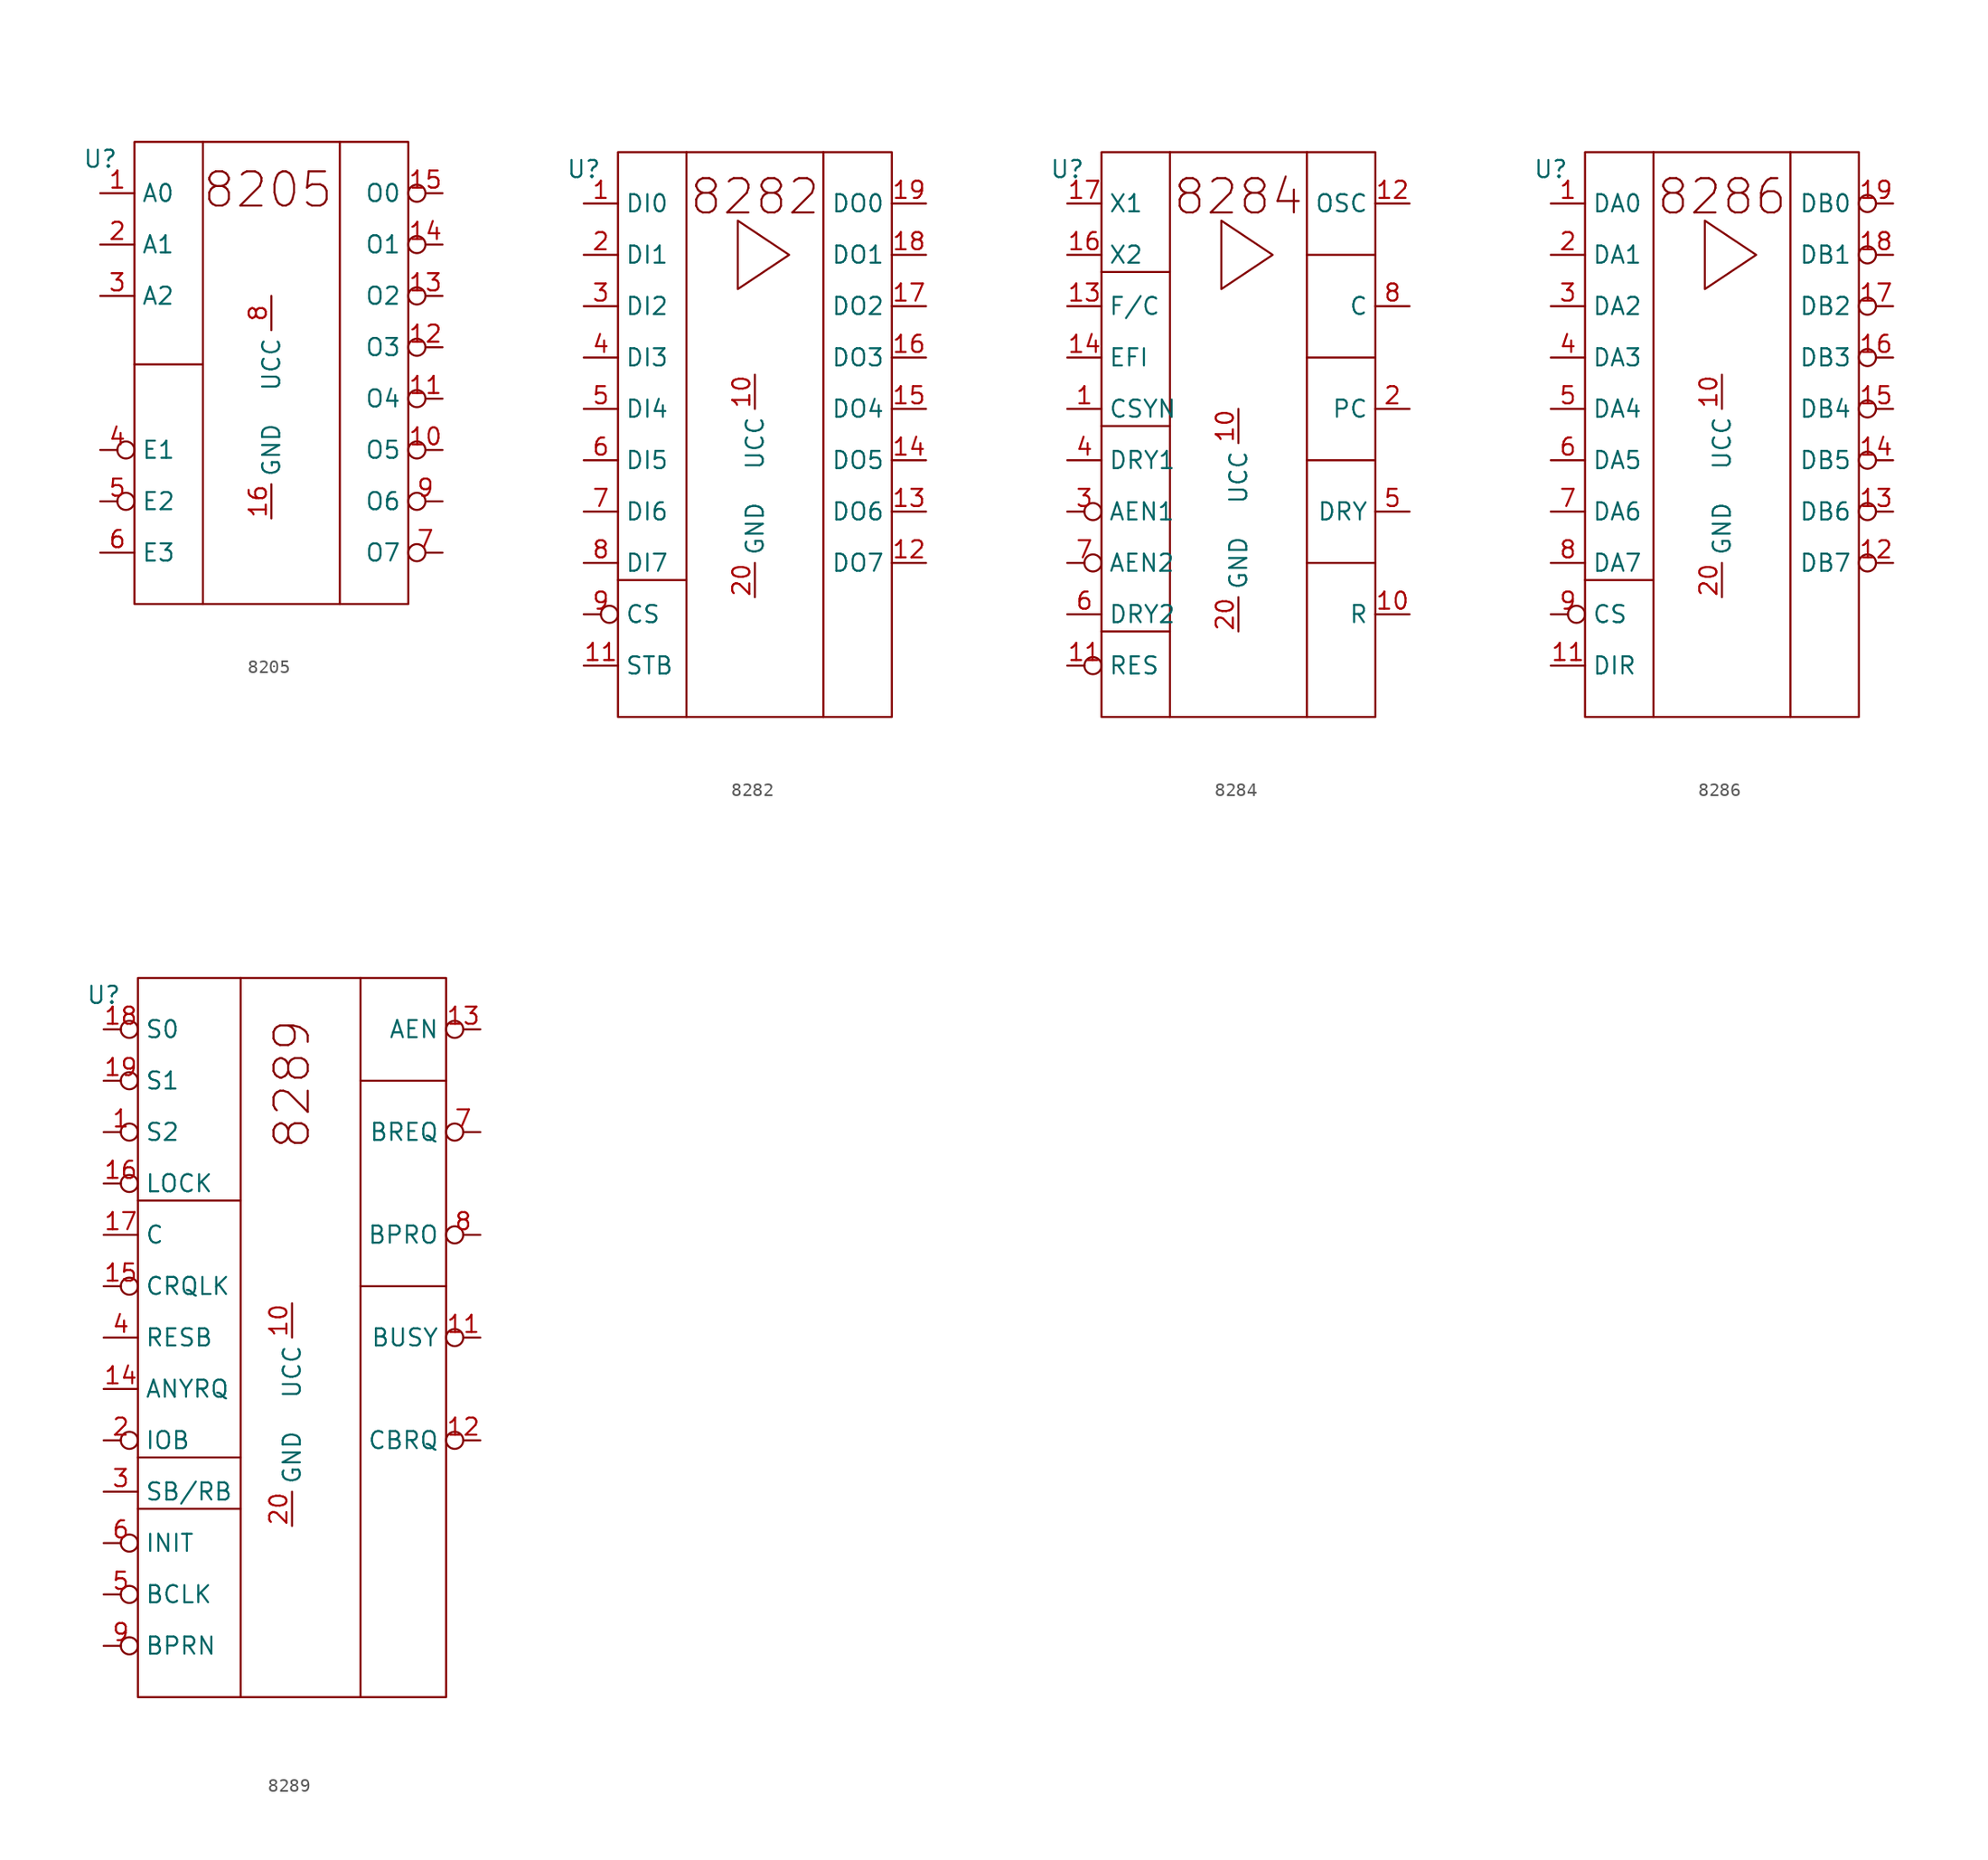
<source format=kicad_sym>
(kicad_symbol_lib
  (version 20231120)
  (generator "kicad_symbol_editor")
  (generator_version "8.0")
  (symbol "8205"
    (property "Reference" "U"
      (at 0 2.54 0)
      (effects (font (size 1.27 1.27))))
    (property "Value" ""
      (at 2.54 6.35 0)
      (effects (font (size 1.27 1.27))))
    (symbol "8205_0_1"
      (polyline (pts (xy 2.54 -12.7) (xy 7.62 -12.7)) (stroke (width 0) (type default)) (fill (type none)))
      (polyline (pts (xy 7.62 3.81) (xy 7.62 -30.48)) (stroke (width 0) (type default)) (fill (type none)))
      (polyline (pts (xy 17.78 3.81) (xy 17.78 -30.48)) (stroke (width 0) (type default)) (fill (type none)))
      (rectangle (start 2.54 3.81) (end 22.86 -30.48) (stroke (width 0) (type default)) (fill (type none))))
    (symbol "8205_1_1"
      (text "8205" (at 12.446 0.254 0) (effects (font (size 2.54 2.54))))
      (pin input line (at 0 0 0) (length 2.54) (name "A0" (effects (font (size 1.27 1.27)))) (number "1" (effects (font (size 1.27 1.27)))))
      (pin output inverted (at 25.4 -19.05 180) (length 2.54) (name "O5" (effects (font (size 1.27 1.27)))) (number "10" (effects (font (size 1.27 1.27)))))
      (pin output inverted (at 25.4 -15.24 180) (length 2.54) (name "O4" (effects (font (size 1.27 1.27)))) (number "11" (effects (font (size 1.27 1.27)))))
      (pin output inverted (at 25.4 -11.43 180) (length 2.54) (name "O3" (effects (font (size 1.27 1.27)))) (number "12" (effects (font (size 1.27 1.27)))))
      (pin output inverted (at 25.4 -7.62 180) (length 2.54) (name "O2" (effects (font (size 1.27 1.27)))) (number "13" (effects (font (size 1.27 1.27)))))
      (pin output inverted (at 25.4 -3.81 180) (length 2.54) (name "O1" (effects (font (size 1.27 1.27)))) (number "14" (effects (font (size 1.27 1.27)))))
      (pin output inverted (at 25.4 0 180) (length 2.54) (name "O0" (effects (font (size 1.27 1.27)))) (number "15" (effects (font (size 1.27 1.27)))))
      (pin power_in line (at 12.7 -24.13 90) (length 2.54) (name "GND" (effects (font (size 1.27 1.27)))) (number "16" (effects (font (size 1.27 1.27)))))
      (pin input line (at 0 -3.81 0) (length 2.54) (name "A1" (effects (font (size 1.27 1.27)))) (number "2" (effects (font (size 1.27 1.27)))))
      (pin input line (at 0 -7.62 0) (length 2.54) (name "A2" (effects (font (size 1.27 1.27)))) (number "3" (effects (font (size 1.27 1.27)))))
      (pin input inverted (at 0 -19.05 0) (length 2.54) (name "E1" (effects (font (size 1.27 1.27)))) (number "4" (effects (font (size 1.27 1.27)))))
      (pin input inverted (at 0 -22.86 0) (length 2.54) (name "E2" (effects (font (size 1.27 1.27)))) (number "5" (effects (font (size 1.27 1.27)))))
      (pin input line (at 0 -26.67 0) (length 2.54) (name "E3" (effects (font (size 1.27 1.27)))) (number "6" (effects (font (size 1.27 1.27)))))
      (pin output inverted (at 25.4 -26.67 180) (length 2.54) (name "O7" (effects (font (size 1.27 1.27)))) (number "7" (effects (font (size 1.27 1.27)))))
      (pin power_in line (at 12.7 -7.62 270) (length 2.54) (name "UCC" (effects (font (size 1.27 1.27)))) (number "8" (effects (font (size 1.27 1.27)))))
      (pin output inverted (at 25.4 -22.86 180) (length 2.54) (name "O6" (effects (font (size 1.27 1.27)))) (number "9" (effects (font (size 1.27 1.27)))))))
  (symbol "8282"
    (property "Reference" "U"
      (at 0 2.54 0)
      (effects (font (size 1.27 1.27))))
    (property "Value" ""
      (at 2.54 6.35 0)
      (effects (font (size 1.27 1.27))))
    (symbol "8282_0_1"
      (polyline (pts (xy 2.54 -27.94) (xy 7.62 -27.94)) (stroke (width 0) (type default)) (fill (type none)))
      (polyline (pts (xy 7.62 3.81) (xy 7.62 -38.1)) (stroke (width 0) (type default)) (fill (type none)))
      (polyline (pts (xy 17.78 3.81) (xy 17.78 -38.1)) (stroke (width 0) (type default)) (fill (type none)))
      (polyline (pts (xy 11.43 -1.27) (xy 15.24 -3.81) (xy 11.43 -6.35) (xy 11.43 -1.27)) (stroke (width 0) (type default)) (fill (type none)))
      (rectangle (start 2.54 3.81) (end 22.86 -38.1) (stroke (width 0) (type default)) (fill (type none))))
    (symbol "8282_1_1"
      (text "8282" (at 12.7 0.508 0) (effects (font (size 2.54 2.54))))
      (pin input line (at 0 0 0) (length 2.54) (name "DI0" (effects (font (size 1.27 1.27)))) (number "1" (effects (font (size 1.27 1.27)))))
      (pin power_in line (at 12.7 -12.7 270) (length 2.54) (name "UCC" (effects (font (size 1.27 1.27)))) (number "10" (effects (font (size 1.27 1.27)))))
      (pin input line (at 0 -34.29 0) (length 2.54) (name "STB" (effects (font (size 1.27 1.27)))) (number "11" (effects (font (size 1.27 1.27)))))
      (pin tri_state line (at 25.4 -26.67 180) (length 2.54) (name "DO7" (effects (font (size 1.27 1.27)))) (number "12" (effects (font (size 1.27 1.27)))))
      (pin tri_state line (at 25.4 -22.86 180) (length 2.54) (name "DO6" (effects (font (size 1.27 1.27)))) (number "13" (effects (font (size 1.27 1.27)))))
      (pin tri_state line (at 25.4 -19.05 180) (length 2.54) (name "DO5" (effects (font (size 1.27 1.27)))) (number "14" (effects (font (size 1.27 1.27)))))
      (pin tri_state line (at 25.4 -15.24 180) (length 2.54) (name "DO4" (effects (font (size 1.27 1.27)))) (number "15" (effects (font (size 1.27 1.27)))))
      (pin tri_state line (at 25.4 -11.43 180) (length 2.54) (name "DO3" (effects (font (size 1.27 1.27)))) (number "16" (effects (font (size 1.27 1.27)))))
      (pin tri_state line (at 25.4 -7.62 180) (length 2.54) (name "DO2" (effects (font (size 1.27 1.27)))) (number "17" (effects (font (size 1.27 1.27)))))
      (pin tri_state line (at 25.4 -3.81 180) (length 2.54) (name "DO1" (effects (font (size 1.27 1.27)))) (number "18" (effects (font (size 1.27 1.27)))))
      (pin tri_state line (at 25.4 0 180) (length 2.54) (name "DO0" (effects (font (size 1.27 1.27)))) (number "19" (effects (font (size 1.27 1.27)))))
      (pin input line (at 0 -3.81 0) (length 2.54) (name "DI1" (effects (font (size 1.27 1.27)))) (number "2" (effects (font (size 1.27 1.27)))))
      (pin power_in line (at 12.7 -29.21 90) (length 2.54) (name "GND" (effects (font (size 1.27 1.27)))) (number "20" (effects (font (size 1.27 1.27)))))
      (pin input line (at 0 -7.62 0) (length 2.54) (name "DI2" (effects (font (size 1.27 1.27)))) (number "3" (effects (font (size 1.27 1.27)))))
      (pin input line (at 0 -11.43 0) (length 2.54) (name "DI3" (effects (font (size 1.27 1.27)))) (number "4" (effects (font (size 1.27 1.27)))))
      (pin input line (at 0 -15.24 0) (length 2.54) (name "DI4" (effects (font (size 1.27 1.27)))) (number "5" (effects (font (size 1.27 1.27)))))
      (pin input line (at 0 -19.05 0) (length 2.54) (name "DI5" (effects (font (size 1.27 1.27)))) (number "6" (effects (font (size 1.27 1.27)))))
      (pin input line (at 0 -22.86 0) (length 2.54) (name "DI6" (effects (font (size 1.27 1.27)))) (number "7" (effects (font (size 1.27 1.27)))))
      (pin input line (at 0 -26.67 0) (length 2.54) (name "DI7" (effects (font (size 1.27 1.27)))) (number "8" (effects (font (size 1.27 1.27)))))
      (pin input inverted (at 0 -30.48 0) (length 2.54) (name "CS" (effects (font (size 1.27 1.27)))) (number "9" (effects (font (size 1.27 1.27)))))))
  (symbol "8284"
    (property "Reference" "U"
      (at 0 2.54 0)
      (effects (font (size 1.27 1.27))))
    (property "Value" ""
      (at 2.54 6.35 0)
      (effects (font (size 1.27 1.27))))
    (symbol "8284_0_1"
      (polyline (pts (xy 2.54 -31.75) (xy 7.62 -31.75)) (stroke (width 0) (type default)) (fill (type none)))
      (polyline (pts (xy 2.54 -16.51) (xy 7.62 -16.51)) (stroke (width 0) (type default)) (fill (type none)))
      (polyline (pts (xy 2.54 -5.08) (xy 7.62 -5.08)) (stroke (width 0) (type default)) (fill (type none)))
      (polyline (pts (xy 7.62 3.81) (xy 7.62 -38.1)) (stroke (width 0) (type default)) (fill (type none)))
      (polyline (pts (xy 17.78 -26.67) (xy 22.86 -26.67)) (stroke (width 0) (type default)) (fill (type none)))
      (polyline (pts (xy 17.78 -19.05) (xy 22.86 -19.05)) (stroke (width 0) (type default)) (fill (type none)))
      (polyline (pts (xy 17.78 -11.43) (xy 22.86 -11.43)) (stroke (width 0) (type default)) (fill (type none)))
      (polyline (pts (xy 17.78 -3.81) (xy 22.86 -3.81)) (stroke (width 0) (type default)) (fill (type none)))
      (polyline (pts (xy 17.78 3.81) (xy 17.78 -38.1)) (stroke (width 0) (type default)) (fill (type none)))
      (polyline (pts (xy 11.43 -1.27) (xy 15.24 -3.81) (xy 11.43 -6.35) (xy 11.43 -1.27)) (stroke (width 0) (type default)) (fill (type none)))
      (rectangle (start 2.54 3.81) (end 22.86 -38.1) (stroke (width 0) (type default)) (fill (type none))))
    (symbol "8284_1_1"
      (text "8284" (at 12.7 0.508 0) (effects (font (size 2.54 2.54))))
      (pin input line (at 0 -15.24 0) (length 2.54) (name "CSYN" (effects (font (size 1.27 1.27)))) (number "1" (effects (font (size 1.27 1.27)))))
      (pin output line (at 25.4 -30.48 180) (length 2.54) (name "R" (effects (font (size 1.27 1.27)))) (number "10" (effects (font (size 1.27 1.27)))))
      (pin power_in line (at 12.7 -15.24 270) (length 2.54) (name "UCC" (effects (font (size 1.27 1.27)))) (number "10" (effects (font (size 1.27 1.27)))))
      (pin input inverted (at 0 -34.29 0) (length 2.54) (name "RES" (effects (font (size 1.27 1.27)))) (number "11" (effects (font (size 1.27 1.27)))))
      (pin output line (at 25.4 0 180) (length 2.54) (name "OSC" (effects (font (size 1.27 1.27)))) (number "12" (effects (font (size 1.27 1.27)))))
      (pin input line (at 0 -7.62 0) (length 2.54) (name "F/C" (effects (font (size 1.27 1.27)))) (number "13" (effects (font (size 1.27 1.27)))))
      (pin input line (at 0 -11.43 0) (length 2.54) (name "EFI" (effects (font (size 1.27 1.27)))) (number "14" (effects (font (size 1.27 1.27)))))
      (pin input line (at 0 -3.81 0) (length 2.54) (name "X2" (effects (font (size 1.27 1.27)))) (number "16" (effects (font (size 1.27 1.27)))))
      (pin input line (at 0 0 0) (length 2.54) (name "X1" (effects (font (size 1.27 1.27)))) (number "17" (effects (font (size 1.27 1.27)))))
      (pin output line (at 25.4 -15.24 180) (length 2.54) (name "PC" (effects (font (size 1.27 1.27)))) (number "2" (effects (font (size 1.27 1.27)))))
      (pin power_in line (at 12.7 -31.75 90) (length 2.54) (name "GND" (effects (font (size 1.27 1.27)))) (number "20" (effects (font (size 1.27 1.27)))))
      (pin input inverted (at 0 -22.86 0) (length 2.54) (name "AEN1" (effects (font (size 1.27 1.27)))) (number "3" (effects (font (size 1.27 1.27)))))
      (pin input line (at 0 -19.05 0) (length 2.54) (name "DRY1" (effects (font (size 1.27 1.27)))) (number "4" (effects (font (size 1.27 1.27)))))
      (pin output line (at 25.4 -22.86 180) (length 2.54) (name "DRY" (effects (font (size 1.27 1.27)))) (number "5" (effects (font (size 1.27 1.27)))))
      (pin input line (at 0 -30.48 0) (length 2.54) (name "DRY2" (effects (font (size 1.27 1.27)))) (number "6" (effects (font (size 1.27 1.27)))))
      (pin input inverted (at 0 -26.67 0) (length 2.54) (name "AEN2" (effects (font (size 1.27 1.27)))) (number "7" (effects (font (size 1.27 1.27)))))
      (pin output line (at 25.4 -7.62 180) (length 2.54) (name "C" (effects (font (size 1.27 1.27)))) (number "8" (effects (font (size 1.27 1.27)))))))
  (symbol "8286"
    (property "Reference" "U"
      (at 0 2.54 0)
      (effects (font (size 1.27 1.27))))
    (property "Value" ""
      (at 2.54 6.35 0)
      (effects (font (size 1.27 1.27))))
    (symbol "8286_0_1"
      (polyline (pts (xy 2.54 -27.94) (xy 7.62 -27.94)) (stroke (width 0) (type default)) (fill (type none)))
      (polyline (pts (xy 7.62 3.81) (xy 7.62 -38.1)) (stroke (width 0) (type default)) (fill (type none)))
      (polyline (pts (xy 17.78 3.81) (xy 17.78 -38.1)) (stroke (width 0) (type default)) (fill (type none)))
      (polyline (pts (xy 11.43 -1.27) (xy 15.24 -3.81) (xy 11.43 -6.35) (xy 11.43 -1.27)) (stroke (width 0) (type default)) (fill (type none)))
      (rectangle (start 2.54 3.81) (end 22.86 -38.1) (stroke (width 0) (type default)) (fill (type none))))
    (symbol "8286_1_1"
      (text "8286" (at 12.7 0.508 0) (effects (font (size 2.54 2.54))))
      (pin bidirectional line (at 0 0 0) (length 2.54) (name "DA0" (effects (font (size 1.27 1.27)))) (number "1" (effects (font (size 1.27 1.27)))))
      (pin power_in line (at 12.7 -12.7 270) (length 2.54) (name "UCC" (effects (font (size 1.27 1.27)))) (number "10" (effects (font (size 1.27 1.27)))))
      (pin input line (at 0 -34.29 0) (length 2.54) (name "DIR" (effects (font (size 1.27 1.27)))) (number "11" (effects (font (size 1.27 1.27)))))
      (pin bidirectional inverted (at 25.4 -26.67 180) (length 2.54) (name "DB7" (effects (font (size 1.27 1.27)))) (number "12" (effects (font (size 1.27 1.27)))))
      (pin bidirectional inverted (at 25.4 -22.86 180) (length 2.54) (name "DB6" (effects (font (size 1.27 1.27)))) (number "13" (effects (font (size 1.27 1.27)))))
      (pin bidirectional inverted (at 25.4 -19.05 180) (length 2.54) (name "DB5" (effects (font (size 1.27 1.27)))) (number "14" (effects (font (size 1.27 1.27)))))
      (pin bidirectional inverted (at 25.4 -15.24 180) (length 2.54) (name "DB4" (effects (font (size 1.27 1.27)))) (number "15" (effects (font (size 1.27 1.27)))))
      (pin bidirectional inverted (at 25.4 -11.43 180) (length 2.54) (name "DB3" (effects (font (size 1.27 1.27)))) (number "16" (effects (font (size 1.27 1.27)))))
      (pin bidirectional inverted (at 25.4 -7.62 180) (length 2.54) (name "DB2" (effects (font (size 1.27 1.27)))) (number "17" (effects (font (size 1.27 1.27)))))
      (pin bidirectional inverted (at 25.4 -3.81 180) (length 2.54) (name "DB1" (effects (font (size 1.27 1.27)))) (number "18" (effects (font (size 1.27 1.27)))))
      (pin bidirectional inverted (at 25.4 0 180) (length 2.54) (name "DB0" (effects (font (size 1.27 1.27)))) (number "19" (effects (font (size 1.27 1.27)))))
      (pin bidirectional line (at 0 -3.81 0) (length 2.54) (name "DA1" (effects (font (size 1.27 1.27)))) (number "2" (effects (font (size 1.27 1.27)))))
      (pin power_in line (at 12.7 -29.21 90) (length 2.54) (name "GND" (effects (font (size 1.27 1.27)))) (number "20" (effects (font (size 1.27 1.27)))))
      (pin bidirectional line (at 0 -7.62 0) (length 2.54) (name "DA2" (effects (font (size 1.27 1.27)))) (number "3" (effects (font (size 1.27 1.27)))))
      (pin bidirectional line (at 0 -11.43 0) (length 2.54) (name "DA3" (effects (font (size 1.27 1.27)))) (number "4" (effects (font (size 1.27 1.27)))))
      (pin bidirectional line (at 0 -15.24 0) (length 2.54) (name "DA4" (effects (font (size 1.27 1.27)))) (number "5" (effects (font (size 1.27 1.27)))))
      (pin bidirectional line (at 0 -19.05 0) (length 2.54) (name "DA5" (effects (font (size 1.27 1.27)))) (number "6" (effects (font (size 1.27 1.27)))))
      (pin bidirectional line (at 0 -22.86 0) (length 2.54) (name "DA6" (effects (font (size 1.27 1.27)))) (number "7" (effects (font (size 1.27 1.27)))))
      (pin bidirectional line (at 0 -26.67 0) (length 2.54) (name "DA7" (effects (font (size 1.27 1.27)))) (number "8" (effects (font (size 1.27 1.27)))))
      (pin input inverted (at 0 -30.48 0) (length 2.54) (name "CS" (effects (font (size 1.27 1.27)))) (number "9" (effects (font (size 1.27 1.27)))))))
  (symbol "8289"
    (property "Reference" "U"
      (at 0 2.54 0)
      (effects (font (size 1.27 1.27))))
    (property "Value" ""
      (at 2.54 6.35 0)
      (effects (font (size 1.27 1.27))))
    (symbol "8289_0_1"
      (polyline (pts (xy 2.54 -35.56) (xy 10.16 -35.56)) (stroke (width 0) (type default)) (fill (type none)))
      (polyline (pts (xy 2.54 -31.75) (xy 10.16 -31.75)) (stroke (width 0) (type default)) (fill (type none)))
      (polyline (pts (xy 2.54 -12.7) (xy 10.16 -12.7)) (stroke (width 0) (type default)) (fill (type none)))
      (polyline (pts (xy 10.16 3.81) (xy 10.16 -49.53)) (stroke (width 0) (type default)) (fill (type none)))
      (polyline (pts (xy 19.05 -19.05) (xy 25.4 -19.05)) (stroke (width 0) (type default)) (fill (type none)))
      (polyline (pts (xy 19.05 -3.81) (xy 25.4 -3.81)) (stroke (width 0) (type default)) (fill (type none)))
      (polyline (pts (xy 19.05 3.81) (xy 19.05 -49.53)) (stroke (width 0) (type default)) (fill (type none)))
      (rectangle (start 2.54 3.81) (end 25.4 -49.53) (stroke (width 0) (type default)) (fill (type none))))
    (symbol "8289_1_1"
      (text "8289" (at 13.97 -4.064 900) (effects (font (size 2.54 2.54))))
      (pin input inverted (at 0 -7.62 0) (length 2.54) (name "S2" (effects (font (size 1.27 1.27)))) (number "1" (effects (font (size 1.27 1.27)))))
      (pin power_in line (at 13.97 -20.32 270) (length 2.54) (name "UCC" (effects (font (size 1.27 1.27)))) (number "10" (effects (font (size 1.27 1.27)))))
      (pin output inverted (at 27.94 -22.86 180) (length 2.54) (name "BUSY" (effects (font (size 1.27 1.27)))) (number "11" (effects (font (size 1.27 1.27)))))
      (pin output inverted (at 27.94 -30.48 180) (length 2.54) (name "CBRQ" (effects (font (size 1.27 1.27)))) (number "12" (effects (font (size 1.27 1.27)))))
      (pin output inverted (at 27.94 0 180) (length 2.54) (name "AEN" (effects (font (size 1.27 1.27)))) (number "13" (effects (font (size 1.27 1.27)))))
      (pin input line (at 0 -26.67 0) (length 2.54) (name "ANYRQ" (effects (font (size 1.27 1.27)))) (number "14" (effects (font (size 1.27 1.27)))))
      (pin input inverted (at 0 -19.05 0) (length 2.54) (name "CRQLK" (effects (font (size 1.27 1.27)))) (number "15" (effects (font (size 1.27 1.27)))))
      (pin input inverted (at 0 -11.43 0) (length 2.54) (name "LOCK" (effects (font (size 1.27 1.27)))) (number "16" (effects (font (size 1.27 1.27)))))
      (pin input line (at 0 -15.24 0) (length 2.54) (name "C" (effects (font (size 1.27 1.27)))) (number "17" (effects (font (size 1.27 1.27)))))
      (pin input inverted (at 0 0 0) (length 2.54) (name "S0" (effects (font (size 1.27 1.27)))) (number "18" (effects (font (size 1.27 1.27)))))
      (pin input inverted (at 0 -3.81 0) (length 2.54) (name "S1" (effects (font (size 1.27 1.27)))) (number "19" (effects (font (size 1.27 1.27)))))
      (pin input inverted (at 0 -30.48 0) (length 2.54) (name "IOB" (effects (font (size 1.27 1.27)))) (number "2" (effects (font (size 1.27 1.27)))))
      (pin power_in line (at 13.97 -36.83 90) (length 2.54) (name "GND" (effects (font (size 1.27 1.27)))) (number "20" (effects (font (size 1.27 1.27)))))
      (pin input line (at 0 -34.29 0) (length 2.54) (name "SB/RB" (effects (font (size 1.27 1.27)))) (number "3" (effects (font (size 1.27 1.27)))))
      (pin input line (at 0 -22.86 0) (length 2.54) (name "RESB" (effects (font (size 1.27 1.27)))) (number "4" (effects (font (size 1.27 1.27)))))
      (pin input inverted (at 0 -41.91 0) (length 2.54) (name "BCLK" (effects (font (size 1.27 1.27)))) (number "5" (effects (font (size 1.27 1.27)))))
      (pin input inverted (at 0 -38.1 0) (length 2.54) (name "INIT" (effects (font (size 1.27 1.27)))) (number "6" (effects (font (size 1.27 1.27)))))
      (pin output inverted (at 27.94 -7.62 180) (length 2.54) (name "BREQ" (effects (font (size 1.27 1.27)))) (number "7" (effects (font (size 1.27 1.27)))))
      (pin output inverted (at 27.94 -15.24 180) (length 2.54) (name "BPRO" (effects (font (size 1.27 1.27)))) (number "8" (effects (font (size 1.27 1.27)))))
      (pin input inverted (at 0 -45.72 0) (length 2.54) (name "BPRN" (effects (font (size 1.27 1.27)))) (number "9" (effects (font (size 1.27 1.27))))))))
</source>
